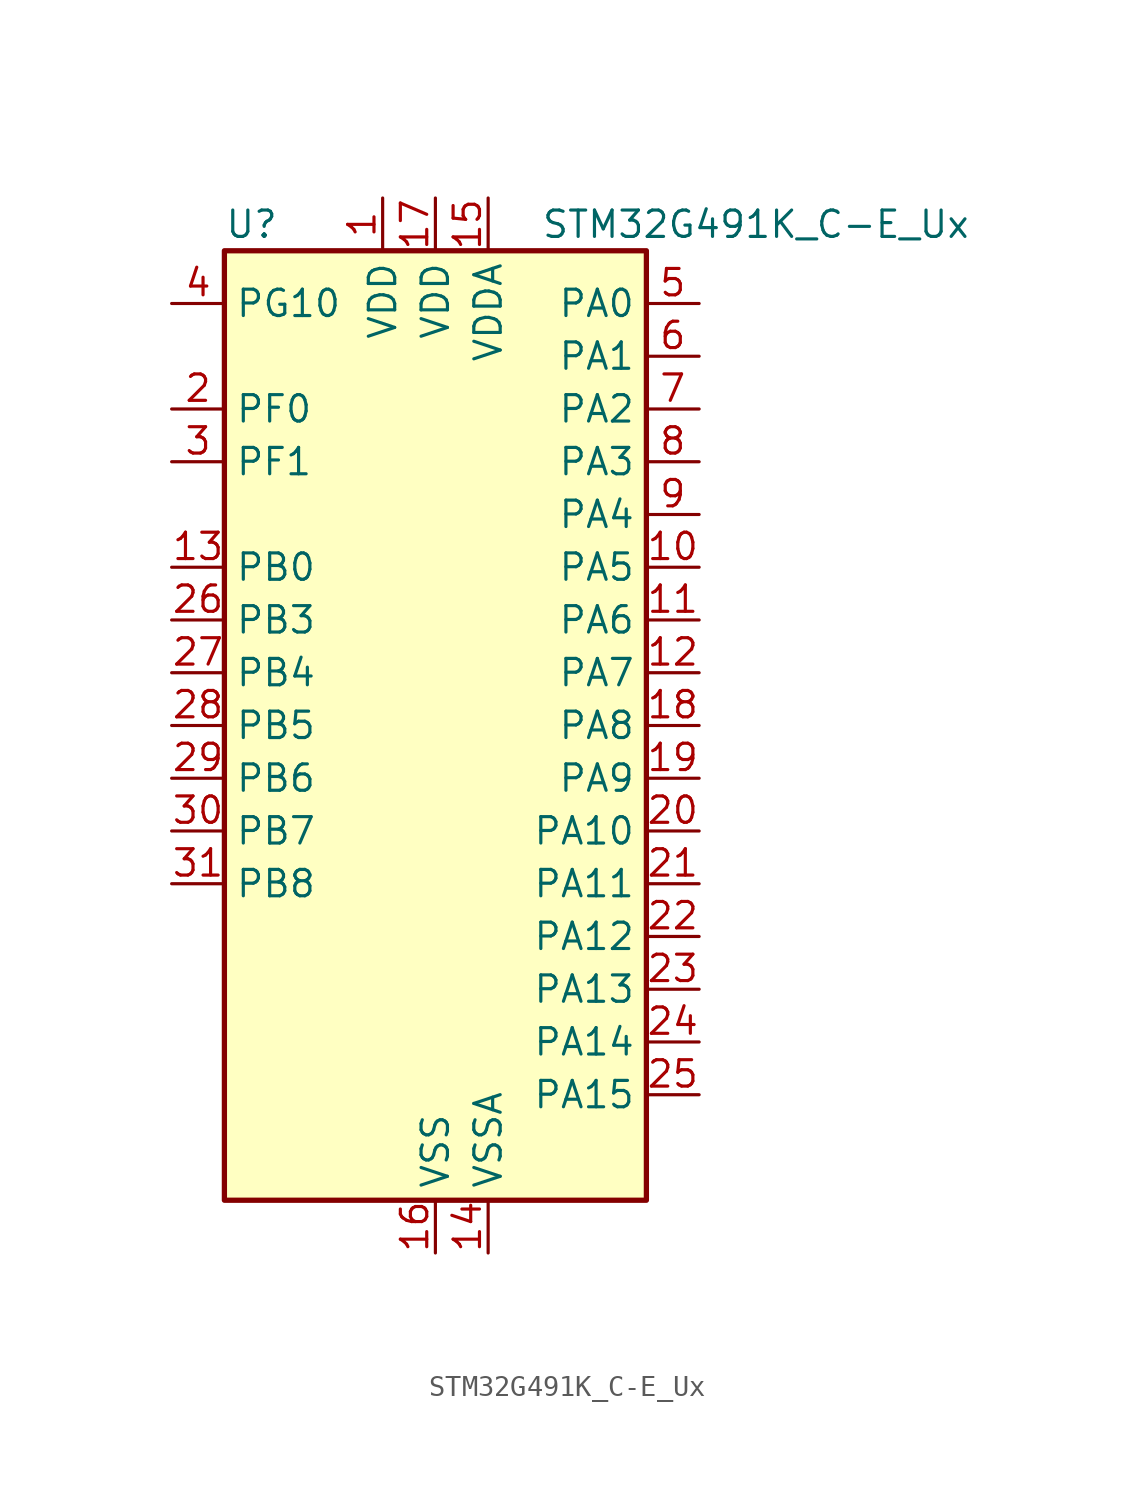
<source format=kicad_sym>
(kicad_symbol_lib
  (version 20220914)
  (generator kicad_symbol_editor)
  (symbol "STM32G491K_C-E_Ux"
    (property "Reference" "U"
      (at -10.16 24.13 0)
      (effects (font (size 1.27 1.27)) (justify left)))
    (property "Value" "STM32G491K_C-E_Ux"
      (at 5.08 24.13 0)
      (effects (font (size 1.27 1.27)) (justify left)))
    (property "ki_locked" ""
      (at 0 0 0)
      (effects (font (size 1.27 1.27))))
    (symbol "STM32G491K_C-E_Ux_0_1"
      (rectangle (start -10.16 -22.86) (end 10.16 22.86) (stroke (width 0.254) (type default)) (fill (type background))))
    (symbol "STM32G491K_C-E_Ux_1_1"
      (pin power_in line (at -2.54 25.4 270) (length 2.54) (name "VDD" (effects (font (size 1.27 1.27)))) (number "1" (effects (font (size 1.27 1.27)))))
      (pin bidirectional line (at 12.7 7.62 180) (length 2.54) (name "PA5" (effects (font (size 1.27 1.27)))) (number "10" (effects (font (size 1.27 1.27)))) (alternate "ADC2_IN13" bidirectional line) (alternate "COMP2_INM" bidirectional line) (alternate "DAC1_OUT2" bidirectional line) (alternate "OPAMP2_VINM" bidirectional line) (alternate "OPAMP2_VINM0" bidirectional line) (alternate "OPAMP2_VINM_SEC" bidirectional line) (alternate "SPI1_SCK" bidirectional line) (alternate "TIM2_CH1" bidirectional line) (alternate "TIM2_ETR" bidirectional line) (alternate "UCPD1_FRSTX1" bidirectional line) (alternate "UCPD1_FRSTX2" bidirectional line))
      (pin bidirectional line (at 12.7 5.08 180) (length 2.54) (name "PA6" (effects (font (size 1.27 1.27)))) (number "11" (effects (font (size 1.27 1.27)))) (alternate "ADC2_IN3" bidirectional line) (alternate "COMP1_OUT" bidirectional line) (alternate "LPUART1_CTS" bidirectional line) (alternate "OPAMP2_VOUT" bidirectional line) (alternate "QUADSPI1_BK1_IO3" bidirectional line) (alternate "SPI1_MISO" bidirectional line) (alternate "TIM16_CH1" bidirectional line) (alternate "TIM1_BKIN" bidirectional line) (alternate "TIM3_CH1" bidirectional line) (alternate "TIM8_BKIN" bidirectional line))
      (pin bidirectional line (at 12.7 2.54 180) (length 2.54) (name "PA7" (effects (font (size 1.27 1.27)))) (number "12" (effects (font (size 1.27 1.27)))) (alternate "ADC2_IN4" bidirectional line) (alternate "COMP2_INP" bidirectional line) (alternate "COMP2_OUT" bidirectional line) (alternate "OPAMP1_VINP" bidirectional line) (alternate "OPAMP1_VINP_SEC" bidirectional line) (alternate "OPAMP2_VINP" bidirectional line) (alternate "OPAMP2_VINP_SEC" bidirectional line) (alternate "QUADSPI1_BK1_IO2" bidirectional line) (alternate "SPI1_MOSI" bidirectional line) (alternate "TIM17_CH1" bidirectional line) (alternate "TIM1_CH1N" bidirectional line) (alternate "TIM3_CH2" bidirectional line) (alternate "TIM8_CH1N" bidirectional line) (alternate "UCPD1_FRSTX1" bidirectional line) (alternate "UCPD1_FRSTX2" bidirectional line))
      (pin bidirectional line (at -12.7 7.62 0) (length 2.54) (name "PB0" (effects (font (size 1.27 1.27)))) (number "13" (effects (font (size 1.27 1.27)))) (alternate "ADC1_IN15" bidirectional line) (alternate "ADC3_IN12" bidirectional line) (alternate "COMP4_INP" bidirectional line) (alternate "OPAMP2_VINP" bidirectional line) (alternate "OPAMP2_VINP_SEC" bidirectional line) (alternate "OPAMP3_VINP" bidirectional line) (alternate "OPAMP3_VINP_SEC" bidirectional line) (alternate "QUADSPI1_BK1_IO1" bidirectional line) (alternate "TIM1_CH2N" bidirectional line) (alternate "TIM3_CH3" bidirectional line) (alternate "TIM8_CH2N" bidirectional line) (alternate "UCPD1_FRSTX1" bidirectional line) (alternate "UCPD1_FRSTX2" bidirectional line))
      (pin power_in line (at 2.54 -25.4 90) (length 2.54) (name "VSSA" (effects (font (size 1.27 1.27)))) (number "14" (effects (font (size 1.27 1.27)))))
      (pin power_in line (at 2.54 25.4 270) (length 2.54) (name "VDDA" (effects (font (size 1.27 1.27)))) (number "15" (effects (font (size 1.27 1.27)))))
      (pin power_in line (at 0 -25.4 90) (length 2.54) (name "VSS" (effects (font (size 1.27 1.27)))) (number "16" (effects (font (size 1.27 1.27)))))
      (pin power_in line (at 0 25.4 270) (length 2.54) (name "VDD" (effects (font (size 1.27 1.27)))) (number "17" (effects (font (size 1.27 1.27)))))
      (pin bidirectional line (at 12.7 0 180) (length 2.54) (name "PA8" (effects (font (size 1.27 1.27)))) (number "18" (effects (font (size 1.27 1.27)))) (alternate "I2C2_SDA" bidirectional line) (alternate "I2C3_SCL" bidirectional line) (alternate "I2S2_MCK" bidirectional line) (alternate "RCC_MCO" bidirectional line) (alternate "SAI1_CK2" bidirectional line) (alternate "SAI1_SCK_A" bidirectional line) (alternate "TIM1_CH1" bidirectional line) (alternate "TIM4_ETR" bidirectional line) (alternate "USART1_CK" bidirectional line))
      (pin bidirectional line (at 12.7 -2.54 180) (length 2.54) (name "PA9" (effects (font (size 1.27 1.27)))) (number "19" (effects (font (size 1.27 1.27)))) (alternate "DAC1_EXTI9" bidirectional line) (alternate "DAC3_EXTI9" bidirectional line) (alternate "I2C2_SCL" bidirectional line) (alternate "I2C3_SMBA" bidirectional line) (alternate "I2S3_MCK" bidirectional line) (alternate "SAI1_FS_A" bidirectional line) (alternate "TIM15_BKIN" bidirectional line) (alternate "TIM1_CH2" bidirectional line) (alternate "TIM2_CH3" bidirectional line) (alternate "UCPD1_DBCC1" bidirectional line) (alternate "USART1_TX" bidirectional line))
      (pin bidirectional line (at -12.7 15.24 0) (length 2.54) (name "PF0" (effects (font (size 1.27 1.27)))) (number "2" (effects (font (size 1.27 1.27)))) (alternate "ADC1_IN10" bidirectional line) (alternate "I2C2_SDA" bidirectional line) (alternate "I2S2_WS" bidirectional line) (alternate "RCC_OSC_IN" bidirectional line) (alternate "SPI2_NSS" bidirectional line) (alternate "TIM1_CH3N" bidirectional line))
      (pin bidirectional line (at 12.7 -5.08 180) (length 2.54) (name "PA10" (effects (font (size 1.27 1.27)))) (number "20" (effects (font (size 1.27 1.27)))) (alternate "CRS_SYNC" bidirectional line) (alternate "DAC1_EXTI10" bidirectional line) (alternate "DAC3_EXTI10" bidirectional line) (alternate "I2C2_SMBA" bidirectional line) (alternate "SAI1_D1" bidirectional line) (alternate "SAI1_SD_A" bidirectional line) (alternate "SPI2_MISO" bidirectional line) (alternate "TIM17_BKIN" bidirectional line) (alternate "TIM1_CH3" bidirectional line) (alternate "TIM2_CH4" bidirectional line) (alternate "TIM8_BKIN" bidirectional line) (alternate "UCPD1_DBCC2" bidirectional line) (alternate "USART1_RX" bidirectional line))
      (pin bidirectional line (at 12.7 -7.62 180) (length 2.54) (name "PA11" (effects (font (size 1.27 1.27)))) (number "21" (effects (font (size 1.27 1.27)))) (alternate "ADC1_EXTI11" bidirectional line) (alternate "ADC2_EXTI11" bidirectional line) (alternate "COMP1_OUT" bidirectional line) (alternate "FDCAN1_RX" bidirectional line) (alternate "I2S2_SD" bidirectional line) (alternate "SPI2_MOSI" bidirectional line) (alternate "TIM1_BKIN2" bidirectional line) (alternate "TIM1_CH1N" bidirectional line) (alternate "TIM1_CH4" bidirectional line) (alternate "TIM4_CH1" bidirectional line) (alternate "USART1_CTS" bidirectional line) (alternate "USART1_NSS" bidirectional line) (alternate "USB_DM" bidirectional line))
      (pin bidirectional line (at 12.7 -10.16 180) (length 2.54) (name "PA12" (effects (font (size 1.27 1.27)))) (number "22" (effects (font (size 1.27 1.27)))) (alternate "COMP2_OUT" bidirectional line) (alternate "FDCAN1_TX" bidirectional line) (alternate "I2S_CKIN" bidirectional line) (alternate "TIM16_CH1" bidirectional line) (alternate "TIM1_CH2N" bidirectional line) (alternate "TIM1_ETR" bidirectional line) (alternate "TIM4_CH2" bidirectional line) (alternate "USART1_DE" bidirectional line) (alternate "USART1_RTS" bidirectional line) (alternate "USB_DP" bidirectional line))
      (pin bidirectional line (at 12.7 -12.7 180) (length 2.54) (name "PA13" (effects (font (size 1.27 1.27)))) (number "23" (effects (font (size 1.27 1.27)))) (alternate "I2C1_SCL" bidirectional line) (alternate "IR_OUT" bidirectional line) (alternate "SAI1_SD_B" bidirectional line) (alternate "SYS_JTMS-SWDIO" bidirectional line) (alternate "TIM16_CH1N" bidirectional line) (alternate "TIM4_CH3" bidirectional line))
      (pin bidirectional line (at 12.7 -15.24 180) (length 2.54) (name "PA14" (effects (font (size 1.27 1.27)))) (number "24" (effects (font (size 1.27 1.27)))) (alternate "I2C1_SDA" bidirectional line) (alternate "LPTIM1_OUT" bidirectional line) (alternate "SAI1_FS_B" bidirectional line) (alternate "SYS_JTCK-SWCLK" bidirectional line) (alternate "TIM1_BKIN" bidirectional line) (alternate "TIM8_CH2" bidirectional line) (alternate "USART2_TX" bidirectional line))
      (pin bidirectional line (at 12.7 -17.78 180) (length 2.54) (name "PA15" (effects (font (size 1.27 1.27)))) (number "25" (effects (font (size 1.27 1.27)))) (alternate "ADC1_EXTI15" bidirectional line) (alternate "ADC2_EXTI15" bidirectional line) (alternate "I2C1_SCL" bidirectional line) (alternate "I2S3_WS" bidirectional line) (alternate "SPI1_NSS" bidirectional line) (alternate "SPI3_NSS" bidirectional line) (alternate "SYS_JTDI" bidirectional line) (alternate "TIM1_BKIN" bidirectional line) (alternate "TIM20_ETR" bidirectional line) (alternate "TIM2_CH1" bidirectional line) (alternate "TIM2_ETR" bidirectional line) (alternate "TIM8_CH1" bidirectional line) (alternate "USART2_RX" bidirectional line))
      (pin bidirectional line (at -12.7 5.08 0) (length 2.54) (name "PB3" (effects (font (size 1.27 1.27)))) (number "26" (effects (font (size 1.27 1.27)))) (alternate "ADC3_EXTI3" bidirectional line) (alternate "CRS_SYNC" bidirectional line) (alternate "I2S3_CK" bidirectional line) (alternate "SAI1_SCK_B" bidirectional line) (alternate "SPI1_SCK" bidirectional line) (alternate "SPI3_SCK" bidirectional line) (alternate "SYS_JTDO-SWO" bidirectional line) (alternate "TIM2_CH2" bidirectional line) (alternate "TIM3_ETR" bidirectional line) (alternate "TIM4_ETR" bidirectional line) (alternate "TIM8_CH1N" bidirectional line) (alternate "USART2_TX" bidirectional line))
      (pin bidirectional line (at -12.7 2.54 0) (length 2.54) (name "PB4" (effects (font (size 1.27 1.27)))) (number "27" (effects (font (size 1.27 1.27)))) (alternate "SAI1_MCLK_B" bidirectional line) (alternate "SPI1_MISO" bidirectional line) (alternate "SPI3_MISO" bidirectional line) (alternate "SYS_JTRST" bidirectional line) (alternate "TIM16_CH1" bidirectional line) (alternate "TIM17_BKIN" bidirectional line) (alternate "TIM3_CH1" bidirectional line) (alternate "TIM8_CH2N" bidirectional line) (alternate "UCPD1_CC2" bidirectional line) (alternate "USART2_RX" bidirectional line))
      (pin bidirectional line (at -12.7 0 0) (length 2.54) (name "PB5" (effects (font (size 1.27 1.27)))) (number "28" (effects (font (size 1.27 1.27)))) (alternate "FDCAN2_RX" bidirectional line) (alternate "I2C1_SMBA" bidirectional line) (alternate "I2C3_SDA" bidirectional line) (alternate "I2S3_SD" bidirectional line) (alternate "LPTIM1_IN1" bidirectional line) (alternate "SAI1_SD_B" bidirectional line) (alternate "SPI1_MOSI" bidirectional line) (alternate "SPI3_MOSI" bidirectional line) (alternate "TIM16_BKIN" bidirectional line) (alternate "TIM17_CH1" bidirectional line) (alternate "TIM3_CH2" bidirectional line) (alternate "TIM8_CH3N" bidirectional line) (alternate "USART2_CK" bidirectional line))
      (pin bidirectional line (at -12.7 -2.54 0) (length 2.54) (name "PB6" (effects (font (size 1.27 1.27)))) (number "29" (effects (font (size 1.27 1.27)))) (alternate "COMP4_OUT" bidirectional line) (alternate "FDCAN2_TX" bidirectional line) (alternate "LPTIM1_ETR" bidirectional line) (alternate "SAI1_FS_B" bidirectional line) (alternate "TIM16_CH1N" bidirectional line) (alternate "TIM4_CH1" bidirectional line) (alternate "TIM8_BKIN2" bidirectional line) (alternate "TIM8_CH1" bidirectional line) (alternate "TIM8_ETR" bidirectional line) (alternate "UCPD1_CC1" bidirectional line) (alternate "USART1_TX" bidirectional line))
      (pin bidirectional line (at -12.7 12.7 0) (length 2.54) (name "PF1" (effects (font (size 1.27 1.27)))) (number "3" (effects (font (size 1.27 1.27)))) (alternate "ADC2_IN10" bidirectional line) (alternate "COMP3_INM" bidirectional line) (alternate "I2S2_CK" bidirectional line) (alternate "RCC_OSC_OUT" bidirectional line) (alternate "SPI2_SCK" bidirectional line))
      (pin bidirectional line (at -12.7 -5.08 0) (length 2.54) (name "PB7" (effects (font (size 1.27 1.27)))) (number "30" (effects (font (size 1.27 1.27)))) (alternate "COMP3_OUT" bidirectional line) (alternate "I2C1_SDA" bidirectional line) (alternate "LPTIM1_IN2" bidirectional line) (alternate "SYS_PVD_IN" bidirectional line) (alternate "TIM17_CH1N" bidirectional line) (alternate "TIM3_CH4" bidirectional line) (alternate "TIM4_CH2" bidirectional line) (alternate "TIM8_BKIN" bidirectional line) (alternate "USART1_RX" bidirectional line))
      (pin bidirectional line (at -12.7 -7.62 0) (length 2.54) (name "PB8" (effects (font (size 1.27 1.27)))) (number "31" (effects (font (size 1.27 1.27)))) (alternate "COMP1_OUT" bidirectional line) (alternate "FDCAN1_RX" bidirectional line) (alternate "I2C1_SCL" bidirectional line) (alternate "SAI1_CK1" bidirectional line) (alternate "SAI1_MCLK_A" bidirectional line) (alternate "TIM16_CH1" bidirectional line) (alternate "TIM1_BKIN" bidirectional line) (alternate "TIM4_CH3" bidirectional line) (alternate "TIM8_CH2" bidirectional line))
      (pin passive line (at 0 -25.4 90) (length 2.54) hide (name "VSS" (effects (font (size 1.27 1.27)))) (number "32" (effects (font (size 1.27 1.27)))))
      (pin passive line (at 0 -25.4 90) (length 2.54) hide (name "VSS" (effects (font (size 1.27 1.27)))) (number "33" (effects (font (size 1.27 1.27)))))
      (pin bidirectional line (at -12.7 20.32 0) (length 2.54) (name "PG10" (effects (font (size 1.27 1.27)))) (number "4" (effects (font (size 1.27 1.27)))) (alternate "DAC1_EXTI10" bidirectional line) (alternate "DAC3_EXTI10" bidirectional line) (alternate "RCC_MCO" bidirectional line))
      (pin bidirectional line (at 12.7 20.32 180) (length 2.54) (name "PA0" (effects (font (size 1.27 1.27)))) (number "5" (effects (font (size 1.27 1.27)))) (alternate "ADC1_IN1" bidirectional line) (alternate "ADC2_IN1" bidirectional line) (alternate "COMP1_INM" bidirectional line) (alternate "COMP1_OUT" bidirectional line) (alternate "COMP3_INP" bidirectional line) (alternate "RTC_TAMP2" bidirectional line) (alternate "SYS_WKUP1" bidirectional line) (alternate "TIM2_CH1" bidirectional line) (alternate "TIM2_ETR" bidirectional line) (alternate "TIM8_BKIN" bidirectional line) (alternate "TIM8_ETR" bidirectional line) (alternate "USART2_CTS" bidirectional line) (alternate "USART2_NSS" bidirectional line))
      (pin bidirectional line (at 12.7 17.78 180) (length 2.54) (name "PA1" (effects (font (size 1.27 1.27)))) (number "6" (effects (font (size 1.27 1.27)))) (alternate "ADC1_IN2" bidirectional line) (alternate "ADC2_IN2" bidirectional line) (alternate "COMP1_INP" bidirectional line) (alternate "OPAMP1_VINP" bidirectional line) (alternate "OPAMP1_VINP_SEC" bidirectional line) (alternate "OPAMP3_VINP" bidirectional line) (alternate "OPAMP3_VINP_SEC" bidirectional line) (alternate "OPAMP6_VINM" bidirectional line) (alternate "OPAMP6_VINM0" bidirectional line) (alternate "OPAMP6_VINM_SEC" bidirectional line) (alternate "RTC_REFIN" bidirectional line) (alternate "TIM15_CH1N" bidirectional line) (alternate "TIM2_CH2" bidirectional line) (alternate "USART2_DE" bidirectional line) (alternate "USART2_RTS" bidirectional line))
      (pin bidirectional line (at 12.7 15.24 180) (length 2.54) (name "PA2" (effects (font (size 1.27 1.27)))) (number "7" (effects (font (size 1.27 1.27)))) (alternate "ADC1_IN3" bidirectional line) (alternate "ADC3_EXTI2" bidirectional line) (alternate "COMP2_INM" bidirectional line) (alternate "COMP2_OUT" bidirectional line) (alternate "LPUART1_TX" bidirectional line) (alternate "OPAMP1_VOUT" bidirectional line) (alternate "QUADSPI1_BK1_NCS" bidirectional line) (alternate "RCC_LSCO" bidirectional line) (alternate "SYS_WKUP4" bidirectional line) (alternate "TIM15_CH1" bidirectional line) (alternate "TIM2_CH3" bidirectional line) (alternate "UCPD1_FRSTX1" bidirectional line) (alternate "UCPD1_FRSTX2" bidirectional line) (alternate "USART2_TX" bidirectional line))
      (pin bidirectional line (at 12.7 12.7 180) (length 2.54) (name "PA3" (effects (font (size 1.27 1.27)))) (number "8" (effects (font (size 1.27 1.27)))) (alternate "ADC1_IN4" bidirectional line) (alternate "ADC3_EXTI3" bidirectional line) (alternate "COMP2_INP" bidirectional line) (alternate "LPUART1_RX" bidirectional line) (alternate "OPAMP1_VINM" bidirectional line) (alternate "OPAMP1_VINM0" bidirectional line) (alternate "OPAMP1_VINM_SEC" bidirectional line) (alternate "OPAMP1_VINP" bidirectional line) (alternate "OPAMP1_VINP_SEC" bidirectional line) (alternate "QUADSPI1_CLK" bidirectional line) (alternate "SAI1_CK1" bidirectional line) (alternate "SAI1_MCLK_A" bidirectional line) (alternate "TIM15_CH2" bidirectional line) (alternate "TIM2_CH4" bidirectional line) (alternate "USART2_RX" bidirectional line))
      (pin bidirectional line (at 12.7 10.16 180) (length 2.54) (name "PA4" (effects (font (size 1.27 1.27)))) (number "9" (effects (font (size 1.27 1.27)))) (alternate "ADC2_IN17" bidirectional line) (alternate "COMP1_INM" bidirectional line) (alternate "DAC1_OUT1" bidirectional line) (alternate "I2S3_WS" bidirectional line) (alternate "SAI1_FS_B" bidirectional line) (alternate "SPI1_NSS" bidirectional line) (alternate "SPI3_NSS" bidirectional line) (alternate "TIM3_CH2" bidirectional line) (alternate "USART2_CK" bidirectional line)))))
</source>
